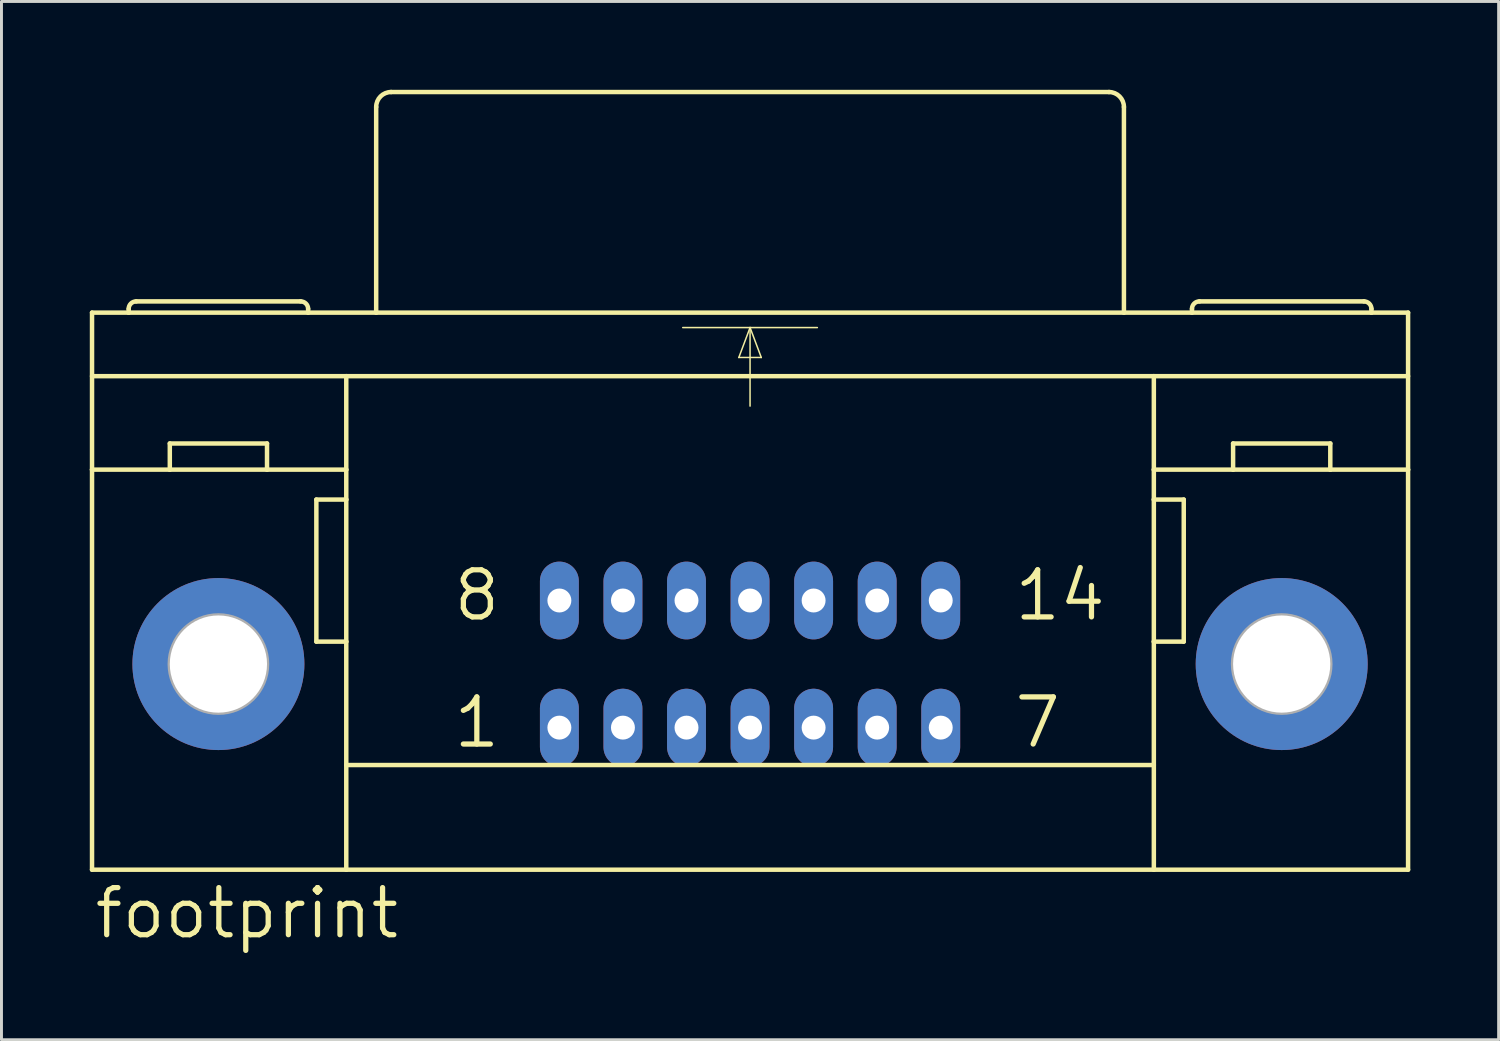
<source format=kicad_pcb>
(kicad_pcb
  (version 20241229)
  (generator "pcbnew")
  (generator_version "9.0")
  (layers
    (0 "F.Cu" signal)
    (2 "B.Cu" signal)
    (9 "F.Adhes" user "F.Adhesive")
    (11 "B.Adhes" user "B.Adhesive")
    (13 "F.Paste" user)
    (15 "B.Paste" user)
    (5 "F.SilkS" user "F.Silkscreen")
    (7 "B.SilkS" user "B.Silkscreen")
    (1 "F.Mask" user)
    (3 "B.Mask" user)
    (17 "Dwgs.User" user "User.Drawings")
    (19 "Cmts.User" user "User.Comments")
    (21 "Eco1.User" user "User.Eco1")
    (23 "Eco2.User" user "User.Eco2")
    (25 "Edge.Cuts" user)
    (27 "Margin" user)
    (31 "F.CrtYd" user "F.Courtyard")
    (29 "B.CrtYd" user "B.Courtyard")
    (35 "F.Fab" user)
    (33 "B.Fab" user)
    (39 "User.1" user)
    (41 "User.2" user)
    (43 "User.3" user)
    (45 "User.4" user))
  (footprint "footprint"
    (layer "F.Cu")
    (at 22.428 19.507)
    (property "Reference" "footprint" (at -22.352 9.398 0) (layer "F.SilkS") (effects (font (size 1.6 1.6) (thickness 0.178)) (justify left bottom)))
    (fp_line (start -22.352 -11.938) (end -21.107 -11.938) (stroke (width 0.152) (type solid)) (layer "F.SilkS"))
    (fp_line (start -22.352 -9.779) (end -13.716 -9.779) (stroke (width 0.152) (type solid)) (layer "F.SilkS"))
    (fp_line (start -22.352 -6.604) (end -22.352 -11.938) (stroke (width 0.152) (type solid)) (layer "F.SilkS"))
    (fp_line (start -22.352 6.985) (end -22.352 -6.604) (stroke (width 0.152) (type solid)) (layer "F.SilkS"))
    (fp_line (start -22.352 6.985) (end -13.716 6.985) (stroke (width 0.152) (type solid)) (layer "F.SilkS"))
    (fp_line (start -21.107 -11.938) (end -21.107 -12.065) (stroke (width 0.152) (type solid)) (layer "F.SilkS"))
    (fp_line (start -21.107 -11.938) (end -15.011 -11.938) (stroke (width 0.152) (type solid)) (layer "F.SilkS"))
    (fp_line (start -19.71 -6.604) (end -22.352 -6.604) (stroke (width 0.152) (type solid)) (layer "F.SilkS"))
    (fp_line (start -19.71 -6.604) (end -19.71 -7.493) (stroke (width 0.152) (type solid)) (layer "F.SilkS"))
    (fp_line (start -16.408 -7.493) (end -19.71 -7.493) (stroke (width 0.152) (type solid)) (layer "F.SilkS"))
    (fp_line (start -16.408 -6.604) (end -19.71 -6.604) (stroke (width 0.152) (type solid)) (layer "F.SilkS"))
    (fp_line (start -16.408 -6.604) (end -16.408 -7.493) (stroke (width 0.152) (type solid)) (layer "F.SilkS"))
    (fp_line (start -15.265 -12.319) (end -20.853 -12.319) (stroke (width 0.152) (type solid)) (layer "F.SilkS"))
    (fp_line (start -15.011 -11.938) (end -15.011 -12.065) (stroke (width 0.152) (type solid)) (layer "F.SilkS"))
    (fp_line (start -15.011 -11.938) (end -12.7 -11.938) (stroke (width 0.152) (type solid)) (layer "F.SilkS"))
    (fp_line (start -14.732 -5.588) (end -14.732 -0.762) (stroke (width 0.152) (type solid)) (layer "F.SilkS"))
    (fp_line (start -14.732 -0.762) (end -13.716 -0.762) (stroke (width 0.152) (type solid)) (layer "F.SilkS"))
    (fp_line (start -13.716 -9.779) (end 13.716 -9.779) (stroke (width 0.152) (type solid)) (layer "F.SilkS"))
    (fp_line (start -13.716 -6.604) (end -16.408 -6.604) (stroke (width 0.152) (type solid)) (layer "F.SilkS"))
    (fp_line (start -13.716 -6.604) (end -13.716 -9.779) (stroke (width 0.152) (type solid)) (layer "F.SilkS"))
    (fp_line (start -13.716 -5.588) (end -14.732 -5.588) (stroke (width 0.152) (type solid)) (layer "F.SilkS"))
    (fp_line (start -13.716 -5.588) (end -13.716 -6.604) (stroke (width 0.152) (type solid)) (layer "F.SilkS"))
    (fp_line (start -13.716 -0.762) (end -13.716 -5.588) (stroke (width 0.152) (type solid)) (layer "F.SilkS"))
    (fp_line (start -13.716 3.429) (end 13.716 3.429) (stroke (width 0.152) (type solid)) (layer "F.SilkS"))
    (fp_line (start -13.716 6.985) (end -13.716 -0.762) (stroke (width 0.152) (type solid)) (layer "F.SilkS"))
    (fp_line (start -13.716 6.985) (end 13.716 6.985) (stroke (width 0.152) (type solid)) (layer "F.SilkS"))
    (fp_line (start -12.7 -11.938) (end -12.7 -18.923) (stroke (width 0.152) (type solid)) (layer "F.SilkS"))
    (fp_line (start -12.7 -11.938) (end 12.7 -11.938) (stroke (width 0.152) (type solid)) (layer "F.SilkS"))
    (fp_line (start -12.192 -19.431) (end 12.192 -19.431) (stroke (width 0.152) (type solid)) (layer "F.SilkS"))
    (fp_line (start -2.286 -11.43) (end 0 -11.43) (stroke (width 0.051) (type solid)) (layer "F.SilkS"))
    (fp_line (start -0.381 -10.414) (end 0.381 -10.414) (stroke (width 0.051) (type solid)) (layer "F.SilkS"))
    (fp_line (start 0 -11.43) (end -0.381 -10.414) (stroke (width 0.051) (type solid)) (layer "F.SilkS"))
    (fp_line (start 0 -11.43) (end 0 -8.763) (stroke (width 0.051) (type solid)) (layer "F.SilkS"))
    (fp_line (start 0 -11.43) (end 2.286 -11.43) (stroke (width 0.051) (type solid)) (layer "F.SilkS"))
    (fp_line (start 0.381 -10.414) (end 0 -11.43) (stroke (width 0.051) (type solid)) (layer "F.SilkS"))
    (fp_line (start 12.7 -11.938) (end 12.7 -18.923) (stroke (width 0.152) (type solid)) (layer "F.SilkS"))
    (fp_line (start 12.7 -11.938) (end 15.011 -11.938) (stroke (width 0.152) (type solid)) (layer "F.SilkS"))
    (fp_line (start 13.716 -9.779) (end 22.352 -9.779) (stroke (width 0.152) (type solid)) (layer "F.SilkS"))
    (fp_line (start 13.716 -6.604) (end 13.716 -9.779) (stroke (width 0.152) (type solid)) (layer "F.SilkS"))
    (fp_line (start 13.716 -6.604) (end 16.408 -6.604) (stroke (width 0.152) (type solid)) (layer "F.SilkS"))
    (fp_line (start 13.716 -5.588) (end 13.716 -6.604) (stroke (width 0.152) (type solid)) (layer "F.SilkS"))
    (fp_line (start 13.716 -5.588) (end 14.732 -5.588) (stroke (width 0.152) (type solid)) (layer "F.SilkS"))
    (fp_line (start 13.716 -0.762) (end 13.716 -5.588) (stroke (width 0.152) (type solid)) (layer "F.SilkS"))
    (fp_line (start 13.716 6.985) (end 13.716 -0.762) (stroke (width 0.152) (type solid)) (layer "F.SilkS"))
    (fp_line (start 13.716 6.985) (end 22.352 6.985) (stroke (width 0.152) (type solid)) (layer "F.SilkS"))
    (fp_line (start 14.732 -5.588) (end 14.732 -0.762) (stroke (width 0.152) (type solid)) (layer "F.SilkS"))
    (fp_line (start 14.732 -0.762) (end 13.716 -0.762) (stroke (width 0.152) (type solid)) (layer "F.SilkS"))
    (fp_line (start 15.011 -11.938) (end 15.011 -12.065) (stroke (width 0.152) (type solid)) (layer "F.SilkS"))
    (fp_line (start 15.011 -11.938) (end 21.107 -11.938) (stroke (width 0.152) (type solid)) (layer "F.SilkS"))
    (fp_line (start 15.265 -12.319) (end 20.853 -12.319) (stroke (width 0.152) (type solid)) (layer "F.SilkS"))
    (fp_line (start 16.408 -7.493) (end 19.71 -7.493) (stroke (width 0.152) (type solid)) (layer "F.SilkS"))
    (fp_line (start 16.408 -6.604) (end 16.408 -7.493) (stroke (width 0.152) (type solid)) (layer "F.SilkS"))
    (fp_line (start 16.408 -6.604) (end 19.71 -6.604) (stroke (width 0.152) (type solid)) (layer "F.SilkS"))
    (fp_line (start 19.71 -6.604) (end 19.71 -7.493) (stroke (width 0.152) (type solid)) (layer "F.SilkS"))
    (fp_line (start 19.71 -6.604) (end 22.352 -6.604) (stroke (width 0.152) (type solid)) (layer "F.SilkS"))
    (fp_line (start 21.107 -11.938) (end 21.107 -12.065) (stroke (width 0.152) (type solid)) (layer "F.SilkS"))
    (fp_line (start 21.107 -11.938) (end 22.352 -11.938) (stroke (width 0.152) (type solid)) (layer "F.SilkS"))
    (fp_line (start 22.352 -11.938) (end 22.352 -6.604) (stroke (width 0.152) (type solid)) (layer "F.SilkS"))
    (fp_line (start 22.352 -6.604) (end 22.352 6.985) (stroke (width 0.152) (type solid)) (layer "F.SilkS"))
    (fp_arc (start -21.1074 -12.065) (mid -21.033005 -12.244605) (end -20.8534 -12.319) (stroke (width 0.1524) (type solid)) (layer "F.SilkS"))
    (fp_arc (start -15.2654 -12.319) (mid -15.085795 -12.244605) (end -15.0114 -12.065) (stroke (width 0.1524) (type solid)) (layer "F.SilkS"))
    (fp_arc (start -12.7 -18.923) (mid -12.55121 -19.28221) (end -12.192 -19.431) (stroke (width 0.1524) (type solid)) (layer "F.SilkS"))
    (fp_arc (start 12.192 -19.431) (mid 12.55121 -19.28221) (end 12.7 -18.923) (stroke (width 0.1524) (type solid)) (layer "F.SilkS"))
    (fp_arc (start 15.0114 -12.065) (mid 15.085795 -12.244605) (end 15.2654 -12.319) (stroke (width 0.1524) (type solid)) (layer "F.SilkS"))
    (fp_arc (start 20.8534 -12.319) (mid 21.033005 -12.244605) (end 21.1074 -12.065) (stroke (width 0.1524) (type solid)) (layer "F.SilkS"))
    (fp_circle (center -18.059 0) (end -16.408 0) (stroke (width 0.152) (type solid)) (fill no) (layer "F.Fab"))
    (fp_circle (center 18.059 0) (end 19.71 0) (stroke (width 0.152) (type solid)) (fill no) (layer "F.Fab"))
    (fp_text user "1" (at -10.16 2.921 0) (layer "F.SilkS") (effects (font (size 1.6 1.6) (thickness 0.178)) (justify left bottom)))
    (fp_text user "14" (at 8.89 -1.397 0) (layer "F.SilkS") (effects (font (size 1.6 1.6) (thickness 0.178)) (justify left bottom)))
    (fp_text user "7" (at 8.89 2.921 0) (layer "F.SilkS") (effects (font (size 1.6 1.6) (thickness 0.178)) (justify left bottom)))
    (fp_text user "8" (at -10.16 -1.397 0) (layer "F.SilkS") (effects (font (size 1.6 1.6) (thickness 0.178)) (justify left bottom)))
    (pad "1" thru_hole oval (at -6.477 2.159 90) (size 2.642 1.321) (drill 0.813) (layers "*.Cu" "*.Mask"))
    (pad "2" thru_hole oval (at -4.318 2.159 90) (size 2.642 1.321) (drill 0.813) (layers "*.Cu" "*.Mask"))
    (pad "3" thru_hole oval (at -2.159 2.159 90) (size 2.642 1.321) (drill 0.813) (layers "*.Cu" "*.Mask"))
    (pad "4" thru_hole oval (at 0 2.159 90) (size 2.642 1.321) (drill 0.813) (layers "*.Cu" "*.Mask"))
    (pad "5" thru_hole oval (at 2.159 2.159 90) (size 2.642 1.321) (drill 0.813) (layers "*.Cu" "*.Mask"))
    (pad "6" thru_hole oval (at 4.318 2.159 90) (size 2.642 1.321) (drill 0.813) (layers "*.Cu" "*.Mask"))
    (pad "7" thru_hole oval (at 6.477 2.159 90) (size 2.642 1.321) (drill 0.813) (layers "*.Cu" "*.Mask"))
    (pad "8" thru_hole oval (at -6.477 -2.159 90) (size 2.642 1.321) (drill 0.813) (layers "*.Cu" "*.Mask"))
    (pad "9" thru_hole oval (at -4.318 -2.159 90) (size 2.642 1.321) (drill 0.813) (layers "*.Cu" "*.Mask"))
    (pad "10" thru_hole oval (at -2.159 -2.159 90) (size 2.642 1.321) (drill 0.813) (layers "*.Cu" "*.Mask"))
    (pad "11" thru_hole oval (at 0 -2.159 90) (size 2.642 1.321) (drill 0.813) (layers "*.Cu" "*.Mask"))
    (pad "12" thru_hole oval (at 2.159 -2.159 90) (size 2.642 1.321) (drill 0.813) (layers "*.Cu" "*.Mask"))
    (pad "13" thru_hole oval (at 4.318 -2.159 90) (size 2.642 1.321) (drill 0.813) (layers "*.Cu" "*.Mask"))
    (pad "14" thru_hole oval (at 6.477 -2.159 90) (size 2.642 1.321) (drill 0.813) (layers "*.Cu" "*.Mask"))
    (pad "G" thru_hole circle (at -18.059 0) (size 5.842 5.842) (drill 3.302) (layers "*.Cu" "*.Mask"))
    (pad "G1" thru_hole circle (at 18.059 0) (size 5.842 5.842) (drill 3.302) (layers "*.Cu" "*.Mask")))
  (gr_rect
    (start -3 -3)
    (end 47.856 32.268)
    (stroke (width 0.1) (type default))
    (fill no)
    (layer "Edge.Cuts")))
</source>
